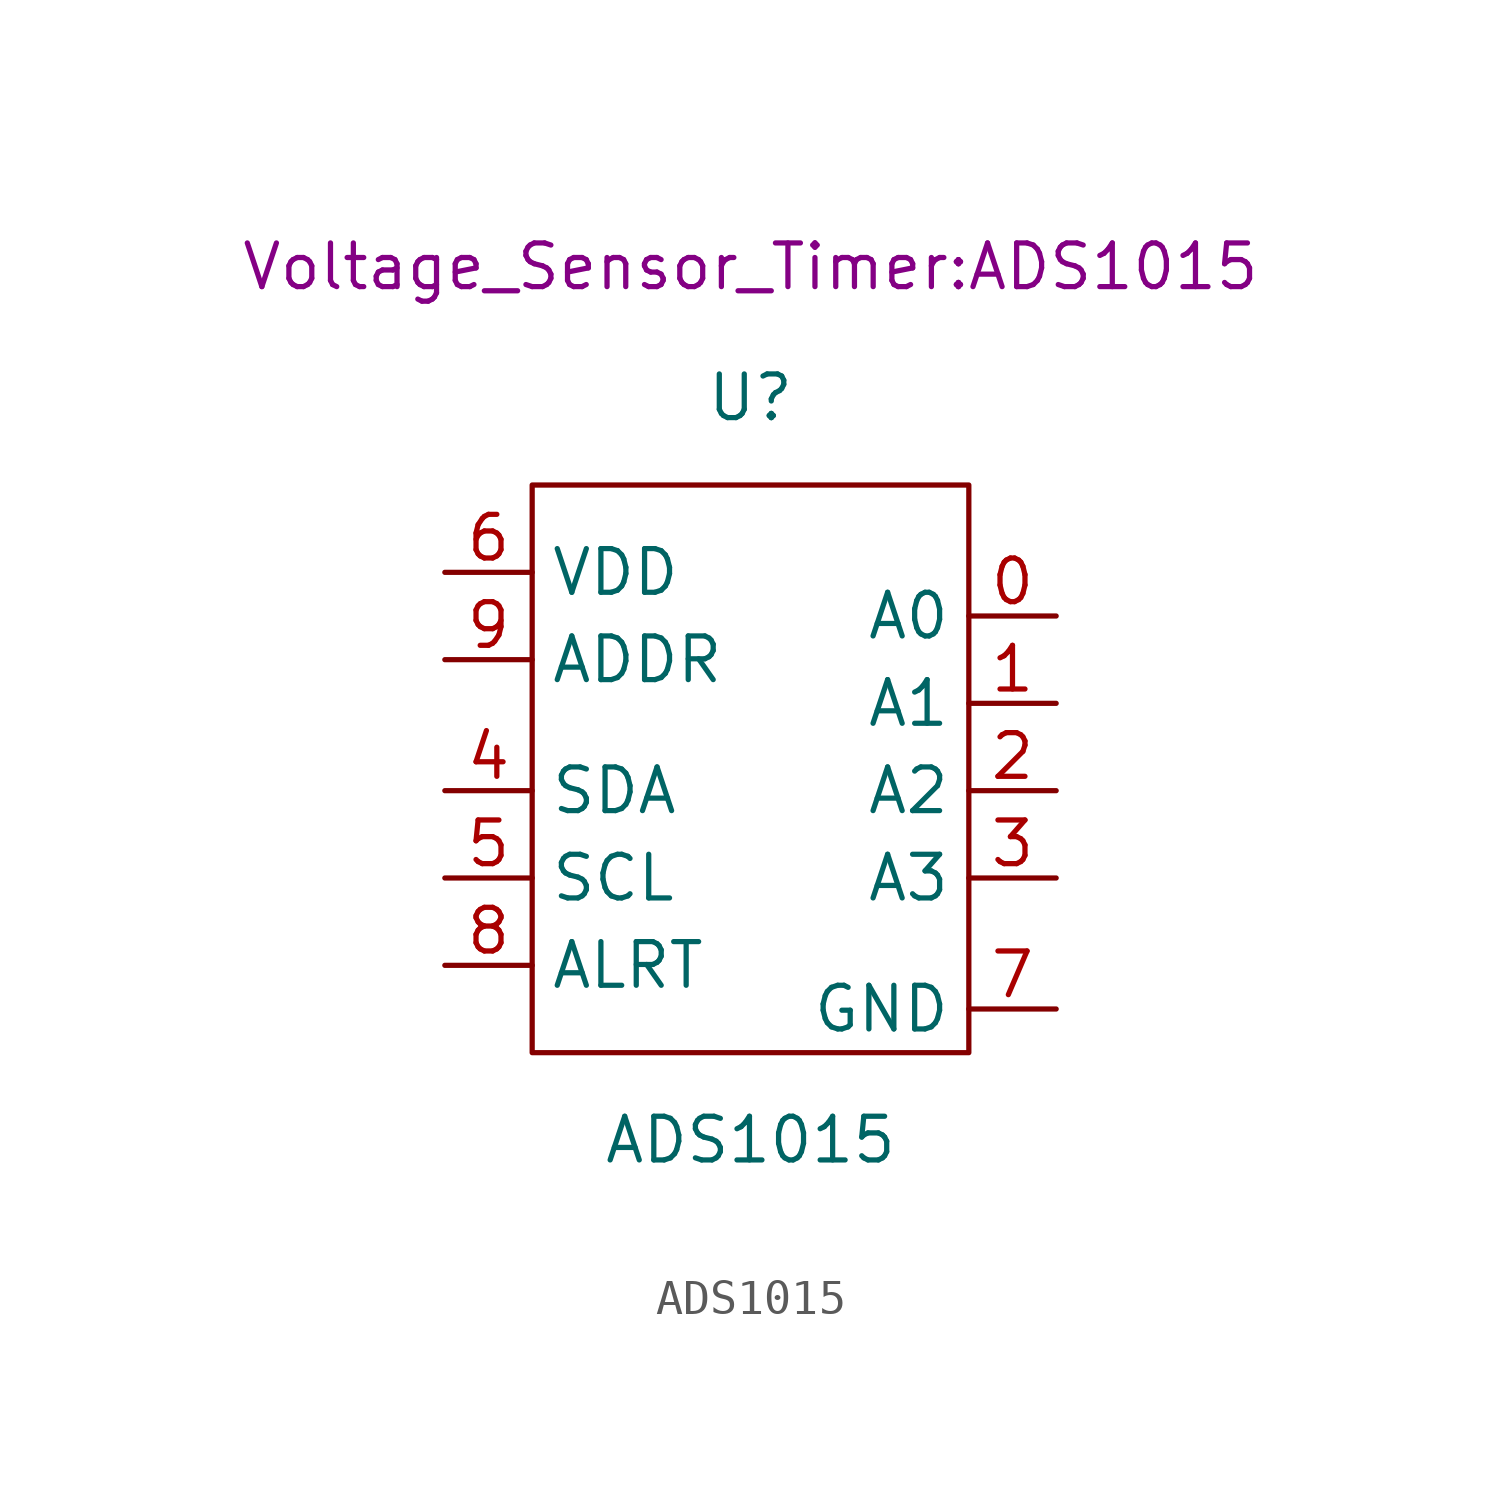
<source format=kicad_sym>
(kicad_symbol_lib
  (version 20220914)
  (generator kicad_symbol_editor)
  (symbol "ADS1015"
    (property "Reference" "U"
      (at 0 10.16 0)
      (effects (font (size 1.27 1.27))))
    (property "Value" "ADS1015"
      (at 0 -11.43 0)
      (effects (font (size 1.27 1.27))))
    (property "Footprint" "Voltage_Sensor_Timer:ADS1015"
      (at 0 13.97 0)
      (effects (font (size 1.27 1.27))))
    (symbol "ADS1015_0_1"
      (polyline (pts (xy 6.35 -8.89) (xy 6.35 7.62) (xy -6.35 7.62) (xy -6.35 -8.89) (xy 6.35 -8.89) (xy 6.35 -8.89)) (stroke (width 0) (type default)) (fill (type none))))
    (symbol "ADS1015_1_1"
      (pin input line (at 8.89 3.81 180) (length 2.54) (name "A0" (effects (font (size 1.27 1.27)))) (number "0" (effects (font (size 1.27 1.27)))))
      (pin input line (at 8.89 1.27 180) (length 2.54) (name "A1" (effects (font (size 1.27 1.27)))) (number "1" (effects (font (size 1.27 1.27)))))
      (pin input line (at 8.89 -1.27 180) (length 2.54) (name "A2" (effects (font (size 1.27 1.27)))) (number "2" (effects (font (size 1.27 1.27)))))
      (pin input line (at 8.89 -3.81 180) (length 2.54) (name "A3" (effects (font (size 1.27 1.27)))) (number "3" (effects (font (size 1.27 1.27)))))
      (pin input line (at -8.89 -1.27 0) (length 2.54) (name "SDA" (effects (font (size 1.27 1.27)))) (number "4" (effects (font (size 1.27 1.27)))))
      (pin input line (at -8.89 -3.81 0) (length 2.54) (name "SCL" (effects (font (size 1.27 1.27)))) (number "5" (effects (font (size 1.27 1.27)))))
      (pin input line (at -8.89 5.08 0) (length 2.54) (name "VDD" (effects (font (size 1.27 1.27)))) (number "6" (effects (font (size 1.27 1.27)))))
      (pin input line (at 8.89 -7.62 180) (length 2.54) (name "GND" (effects (font (size 1.27 1.27)))) (number "7" (effects (font (size 1.27 1.27)))))
      (pin input line (at -8.89 -6.35 0) (length 2.54) (name "ALRT" (effects (font (size 1.27 1.27)))) (number "8" (effects (font (size 1.27 1.27)))))
      (pin input line (at -8.89 2.54 0) (length 2.54) (name "ADDR" (effects (font (size 1.27 1.27)))) (number "9" (effects (font (size 1.27 1.27))))))))
</source>
